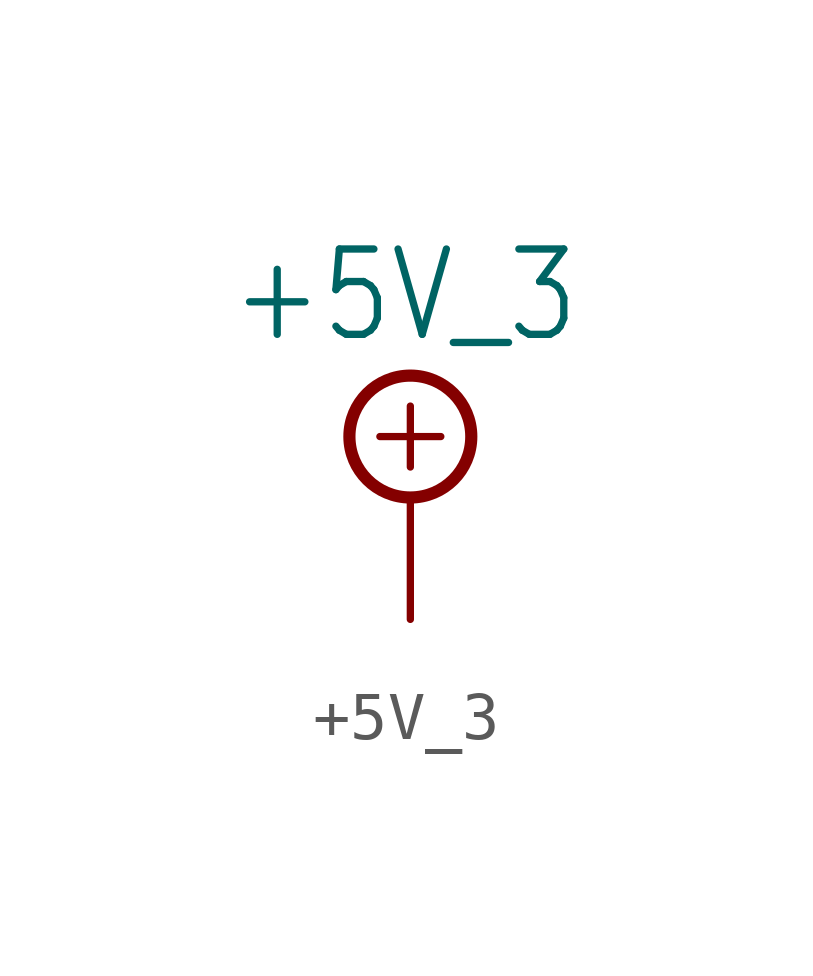
<source format=kicad_sym>
(kicad_symbol_lib
  (version 20201005)
  (generator kicad_symbol_editor)
  (symbol "+5V_3"
    (power)
    (property "Reference" "#SUPPLY"
      (at 0 0 0)
      (effects (font (size 1.27 1.27)) hide))
    (property "Value" "+5V_3"
      (at -3.81 3.175 0)
      (effects (font (size 1.778 1.511)) (justify left bottom)))
    (property "ki_locked" ""
      (at 0 0 0)
      (effects (font (size 1.27 1.27))))
    (symbol "+5V_3_1_0"
      (circle (center 0 1.27) (radius 1.27) (stroke (width 0.254)) (fill (type none)))
      (polyline (pts (xy -0.635 1.27) (xy 0.635 1.27)) (stroke (width 0.152)) (fill (type none)))
      (polyline (pts (xy 0 1.905) (xy 0 0.635)) (stroke (width 0.152)) (fill (type none)))
      (pin power_in line (at 0 -2.54 90) (length 2.54) (name "+5V/3" (effects (font (size 0 0)))) (number "1" (effects (font (size 0 0))))))))
</source>
